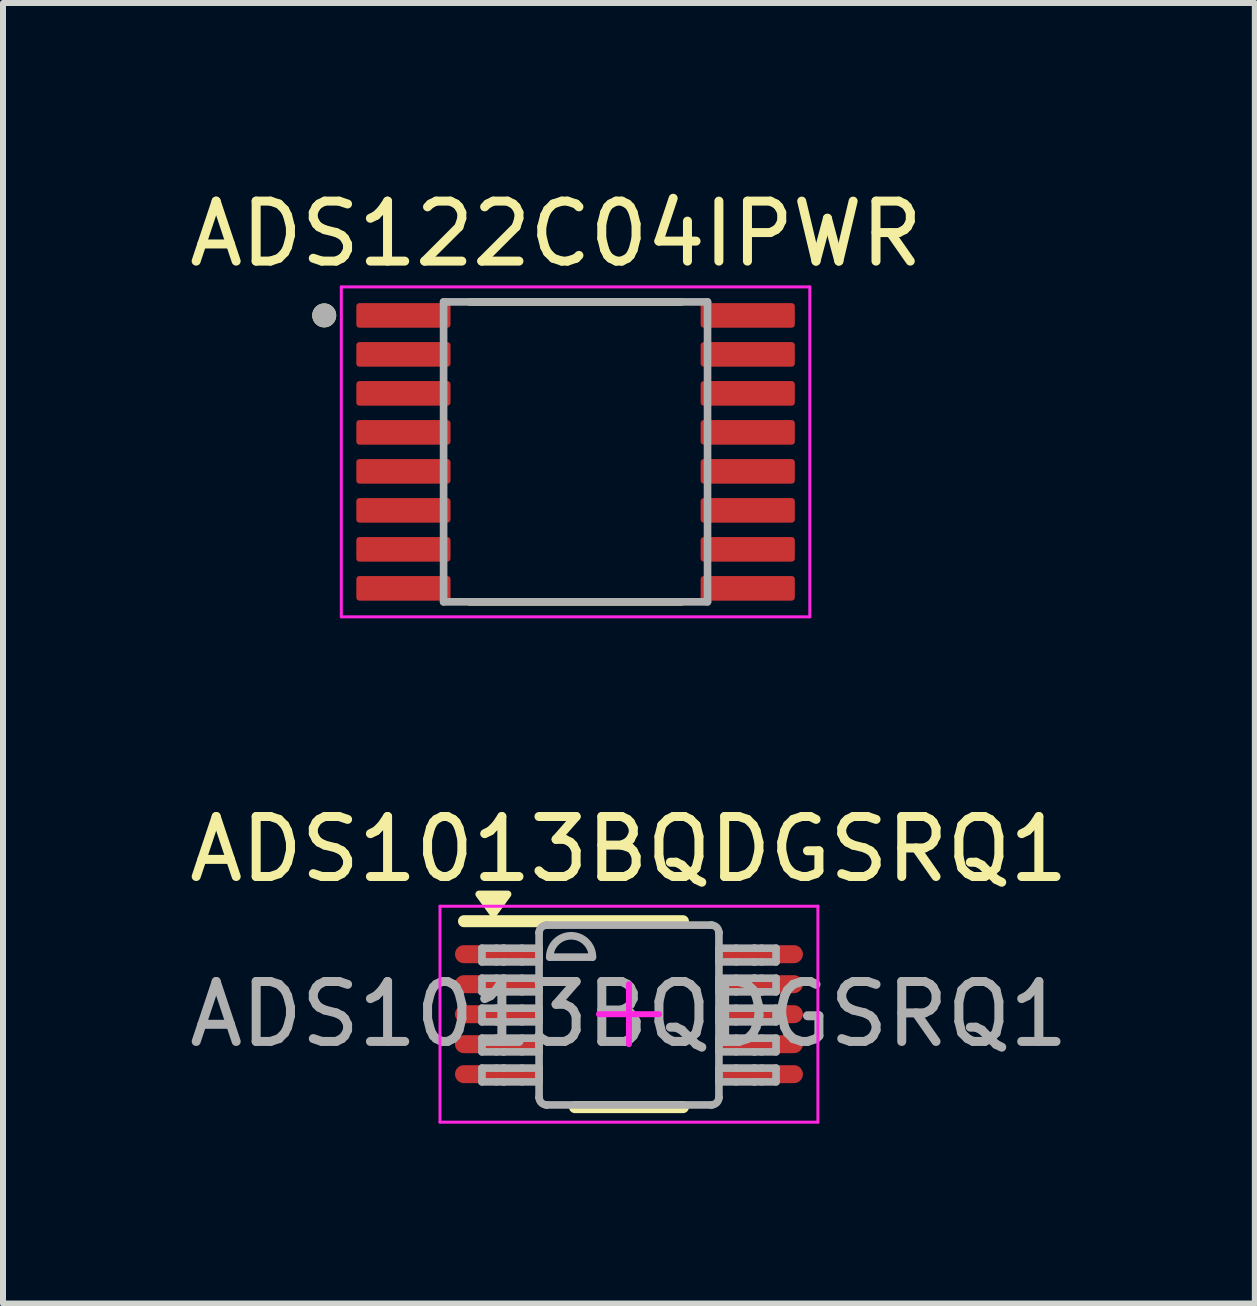
<source format=kicad_pcb>
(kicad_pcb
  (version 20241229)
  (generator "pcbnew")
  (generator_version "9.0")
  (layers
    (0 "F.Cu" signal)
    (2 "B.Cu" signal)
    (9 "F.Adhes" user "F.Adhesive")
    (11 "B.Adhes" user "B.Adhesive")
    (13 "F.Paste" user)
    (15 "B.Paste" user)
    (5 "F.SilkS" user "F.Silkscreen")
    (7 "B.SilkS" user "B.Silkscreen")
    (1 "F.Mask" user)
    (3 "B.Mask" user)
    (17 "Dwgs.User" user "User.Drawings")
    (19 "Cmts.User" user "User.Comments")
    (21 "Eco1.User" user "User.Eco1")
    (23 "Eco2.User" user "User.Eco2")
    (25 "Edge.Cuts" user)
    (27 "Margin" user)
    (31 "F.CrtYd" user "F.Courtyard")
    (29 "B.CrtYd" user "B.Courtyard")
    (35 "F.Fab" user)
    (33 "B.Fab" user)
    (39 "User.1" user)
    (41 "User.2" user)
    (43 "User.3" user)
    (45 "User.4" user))
  (footprint "ADS122C04IPWR"
    (layer "F.Cu")
    (at 6.545 4.483)
    (property "Reference" "ADS122C04IPWR" (at -0.325 -3.635 0) (layer "F.SilkS") (effects (font (size 1 1) (thickness 0.15))))
    (attr smd)
    (fp_line (start -1.765 -2.5) (end 1.765 -2.5) (stroke (width 0.127) (type solid)) (layer "F.SilkS"))
    (fp_line (start 1.765 2.5) (end -1.765 2.5) (stroke (width 0.127) (type solid)) (layer "F.SilkS"))
    (fp_circle (center -4.19 -2.275) (end -4.09 -2.275) (stroke (width 0.2) (type solid)) (fill no) (layer "F.SilkS"))
    (fp_line (start -3.905 -2.75) (end -3.905 2.75) (stroke (width 0.05) (type solid)) (layer "F.CrtYd"))
    (fp_line (start -3.905 -2.75) (end 3.905 -2.75) (stroke (width 0.05) (type solid)) (layer "F.CrtYd"))
    (fp_line (start -3.905 2.75) (end 3.905 2.75) (stroke (width 0.05) (type solid)) (layer "F.CrtYd"))
    (fp_line (start 3.905 -2.75) (end 3.905 2.75) (stroke (width 0.05) (type solid)) (layer "F.CrtYd"))
    (fp_line (start -2.2 -2.5) (end -2.2 2.5) (stroke (width 0.127) (type solid)) (layer "F.Fab"))
    (fp_line (start -2.2 -2.5) (end 2.2 -2.5) (stroke (width 0.127) (type solid)) (layer "F.Fab"))
    (fp_line (start -2.2 2.5) (end 2.2 2.5) (stroke (width 0.127) (type solid)) (layer "F.Fab"))
    (fp_line (start 2.2 -2.5) (end 2.2 2.5) (stroke (width 0.127) (type solid)) (layer "F.Fab"))
    (fp_circle (center -4.19 -2.275) (end -4.09 -2.275) (stroke (width 0.2) (type solid)) (fill no) (layer "F.Fab"))
    (pad "1" smd roundrect (at -2.87 -2.275) (size 1.57 0.41) (layers "F.Cu" "F.Mask" "F.Paste") (roundrect_rratio 0.125))
    (pad "2" smd roundrect (at -2.87 -1.625) (size 1.57 0.41) (layers "F.Cu" "F.Mask" "F.Paste") (roundrect_rratio 0.125))
    (pad "3" smd roundrect (at -2.87 -0.975) (size 1.57 0.41) (layers "F.Cu" "F.Mask" "F.Paste") (roundrect_rratio 0.125))
    (pad "4" smd roundrect (at -2.87 -0.325) (size 1.57 0.41) (layers "F.Cu" "F.Mask" "F.Paste") (roundrect_rratio 0.125))
    (pad "5" smd roundrect (at -2.87 0.325) (size 1.57 0.41) (layers "F.Cu" "F.Mask" "F.Paste") (roundrect_rratio 0.125))
    (pad "6" smd roundrect (at -2.87 0.975) (size 1.57 0.41) (layers "F.Cu" "F.Mask" "F.Paste") (roundrect_rratio 0.125))
    (pad "7" smd roundrect (at -2.87 1.625) (size 1.57 0.41) (layers "F.Cu" "F.Mask" "F.Paste") (roundrect_rratio 0.125))
    (pad "8" smd roundrect (at -2.87 2.275) (size 1.57 0.41) (layers "F.Cu" "F.Mask" "F.Paste") (roundrect_rratio 0.125))
    (pad "9" smd roundrect (at 2.87 2.275) (size 1.57 0.41) (layers "F.Cu" "F.Mask" "F.Paste") (roundrect_rratio 0.125))
    (pad "10" smd roundrect (at 2.87 1.625) (size 1.57 0.41) (layers "F.Cu" "F.Mask" "F.Paste") (roundrect_rratio 0.125))
    (pad "11" smd roundrect (at 2.87 0.975) (size 1.57 0.41) (layers "F.Cu" "F.Mask" "F.Paste") (roundrect_rratio 0.125))
    (pad "12" smd roundrect (at 2.87 0.325) (size 1.57 0.41) (layers "F.Cu" "F.Mask" "F.Paste") (roundrect_rratio 0.125))
    (pad "13" smd roundrect (at 2.87 -0.325) (size 1.57 0.41) (layers "F.Cu" "F.Mask" "F.Paste") (roundrect_rratio 0.125))
    (pad "14" smd roundrect (at 2.87 -0.975) (size 1.57 0.41) (layers "F.Cu" "F.Mask" "F.Paste") (roundrect_rratio 0.125))
    (pad "15" smd roundrect (at 2.87 -1.625) (size 1.57 0.41) (layers "F.Cu" "F.Mask" "F.Paste") (roundrect_rratio 0.125))
    (pad "16" smd roundrect (at 2.87 -2.275) (size 1.57 0.41) (layers "F.Cu" "F.Mask" "F.Paste") (roundrect_rratio 0.125)))
  (footprint "ADS1013BQDGSRQ1"
    (layer "F.Cu")
    (at 7.435 13.857)
    (property "Reference" "ADS1013BQDGSRQ1" (at 0 -2.75 0) (unlocked yes) (layer "F.SilkS") (effects (font (size 1 1) (thickness 0.15))))
    (attr smd)
    (fp_line (start -2.75 -1.55) (end 0.9 -1.55) (stroke (width 0.2) (type solid)) (layer "F.SilkS"))
    (fp_line (start -0.9 1.55) (end 0.9 1.55) (stroke (width 0.2) (type solid)) (layer "F.SilkS"))
    (fp_poly (pts (xy -2.26 -1.67) (xy -2.5 -2) (xy -2.02 -2) (xy -2.26 -1.67)) (stroke (width 0.12) (type solid)) (fill yes) (layer "F.SilkS"))
    (fp_line (start -3.15 -1.8) (end 3.15 -1.8) (stroke (width 0.05) (type solid)) (layer "F.CrtYd"))
    (fp_line (start -3.15 1.8) (end -3.15 -1.8) (stroke (width 0.05) (type solid)) (layer "F.CrtYd"))
    (fp_line (start -3.15 1.8) (end 3.15 1.8) (stroke (width 0.05) (type solid)) (layer "F.CrtYd"))
    (fp_line (start -0.5 0) (end 0.5 0) (stroke (width 0.1) (type solid)) (layer "F.CrtYd"))
    (fp_line (start -0.000003 0.5) (end -0.000003 -0.5) (stroke (width 0.1) (type solid)) (layer "F.CrtYd"))
    (fp_line (start 3.15 1.8) (end 3.15 -1.8) (stroke (width 0.05) (type solid)) (layer "F.CrtYd"))
    (fp_line (start -2.45 -1.1) (end -2.21 -1.1) (stroke (width 0.127) (type solid)) (layer "F.Fab"))
    (fp_line (start -2.45 -0.871) (end -2.45 -1.1) (stroke (width 0.127) (type solid)) (layer "F.Fab"))
    (fp_line (start -2.45 -0.871) (end -2.21 -0.871) (stroke (width 0.127) (type solid)) (layer "F.Fab"))
    (fp_line (start -2.45 -0.6) (end -2.21 -0.6) (stroke (width 0.127) (type solid)) (layer "F.Fab"))
    (fp_line (start -2.45 -0.372) (end -2.45 -0.6) (stroke (width 0.127) (type solid)) (layer "F.Fab"))
    (fp_line (start -2.45 -0.372) (end -2.21 -0.372) (stroke (width 0.127) (type solid)) (layer "F.Fab"))
    (fp_line (start -2.45 -0.1) (end -2.21 -0.1) (stroke (width 0.127) (type solid)) (layer "F.Fab"))
    (fp_line (start -2.45 0.128) (end -2.45 -0.1) (stroke (width 0.127) (type solid)) (layer "F.Fab"))
    (fp_line (start -2.45 0.128) (end -2.21 0.128) (stroke (width 0.127) (type solid)) (layer "F.Fab"))
    (fp_line (start -2.45 0.4) (end -2.21 0.4) (stroke (width 0.127) (type solid)) (layer "F.Fab"))
    (fp_line (start -2.45 0.628) (end -2.45 0.4) (stroke (width 0.127) (type solid)) (layer "F.Fab"))
    (fp_line (start -2.45 0.628) (end -2.21 0.628) (stroke (width 0.127) (type solid)) (layer "F.Fab"))
    (fp_line (start -2.45 0.899) (end -2.21 0.899) (stroke (width 0.127) (type solid)) (layer "F.Fab"))
    (fp_line (start -2.45 1.128) (end -2.45 0.899) (stroke (width 0.127) (type solid)) (layer "F.Fab"))
    (fp_line (start -2.45 1.128) (end -2.21 1.128) (stroke (width 0.127) (type solid)) (layer "F.Fab"))
    (fp_line (start -2.21 -1.1) (end -2.09 -1.1) (stroke (width 0.127) (type solid)) (layer "F.Fab"))
    (fp_line (start -2.21 -0.871) (end -2.09 -0.871) (stroke (width 0.127) (type solid)) (layer "F.Fab"))
    (fp_line (start -2.21 -0.6) (end -2.09 -0.6) (stroke (width 0.127) (type solid)) (layer "F.Fab"))
    (fp_line (start -2.21 -0.372) (end -2.09 -0.372) (stroke (width 0.127) (type solid)) (layer "F.Fab"))
    (fp_line (start -2.21 -0.1) (end -2.09 -0.1) (stroke (width 0.127) (type solid)) (layer "F.Fab"))
    (fp_line (start -2.21 0.128) (end -2.09 0.128) (stroke (width 0.127) (type solid)) (layer "F.Fab"))
    (fp_line (start -2.21 0.4) (end -2.09 0.4) (stroke (width 0.127) (type solid)) (layer "F.Fab"))
    (fp_line (start -2.21 0.628) (end -2.09 0.628) (stroke (width 0.127) (type solid)) (layer "F.Fab"))
    (fp_line (start -2.21 0.899) (end -2.09 0.899) (stroke (width 0.127) (type solid)) (layer "F.Fab"))
    (fp_line (start -2.21 1.128) (end -2.09 1.128) (stroke (width 0.127) (type solid)) (layer "F.Fab"))
    (fp_line (start -2.09 -1.1) (end -2.087 -1.1) (stroke (width 0.127) (type solid)) (layer "F.Fab"))
    (fp_line (start -2.09 -0.871) (end -2.087 -0.871) (stroke (width 0.127) (type solid)) (layer "F.Fab"))
    (fp_line (start -2.09 -0.6) (end -2.087 -0.6) (stroke (width 0.127) (type solid)) (layer "F.Fab"))
    (fp_line (start -2.09 -0.372) (end -2.087 -0.372) (stroke (width 0.127) (type solid)) (layer "F.Fab"))
    (fp_line (start -2.09 -0.1) (end -2.087 -0.1) (stroke (width 0.127) (type solid)) (layer "F.Fab"))
    (fp_line (start -2.09 0.128) (end -2.087 0.128) (stroke (width 0.127) (type solid)) (layer "F.Fab"))
    (fp_line (start -2.09 0.4) (end -2.087 0.4) (stroke (width 0.127) (type solid)) (layer "F.Fab"))
    (fp_line (start -2.09 0.628) (end -2.087 0.628) (stroke (width 0.127) (type solid)) (layer "F.Fab"))
    (fp_line (start -2.09 0.899) (end -2.087 0.899) (stroke (width 0.127) (type solid)) (layer "F.Fab"))
    (fp_line (start -2.09 1.128) (end -2.087 1.128) (stroke (width 0.127) (type solid)) (layer "F.Fab"))
    (fp_line (start -2.087 -1.1) (end -1.784 -1.1) (stroke (width 0.127) (type solid)) (layer "F.Fab"))
    (fp_line (start -2.087 -0.871) (end -1.784 -0.871) (stroke (width 0.127) (type solid)) (layer "F.Fab"))
    (fp_line (start -2.087 -0.6) (end -1.784 -0.6) (stroke (width 0.127) (type solid)) (layer "F.Fab"))
    (fp_line (start -2.087 -0.372) (end -1.784 -0.372) (stroke (width 0.127) (type solid)) (layer "F.Fab"))
    (fp_line (start -2.087 -0.1) (end -1.784 -0.1) (stroke (width 0.127) (type solid)) (layer "F.Fab"))
    (fp_line (start -2.087 0.128) (end -1.784 0.128) (stroke (width 0.127) (type solid)) (layer "F.Fab"))
    (fp_line (start -2.087 0.4) (end -1.784 0.4) (stroke (width 0.127) (type solid)) (layer "F.Fab"))
    (fp_line (start -2.087 0.628) (end -1.784 0.628) (stroke (width 0.127) (type solid)) (layer "F.Fab"))
    (fp_line (start -2.087 0.899) (end -1.784 0.899) (stroke (width 0.127) (type solid)) (layer "F.Fab"))
    (fp_line (start -2.087 1.128) (end -1.784 1.128) (stroke (width 0.127) (type solid)) (layer "F.Fab"))
    (fp_line (start -1.784 -1.1) (end -1.498 -1.1) (stroke (width 0.127) (type solid)) (layer "F.Fab"))
    (fp_line (start -1.784 -0.871) (end -1.498 -0.871) (stroke (width 0.127) (type solid)) (layer "F.Fab"))
    (fp_line (start -1.784 -0.6) (end -1.498 -0.6) (stroke (width 0.127) (type solid)) (layer "F.Fab"))
    (fp_line (start -1.784 -0.372) (end -1.498 -0.372) (stroke (width 0.127) (type solid)) (layer "F.Fab"))
    (fp_line (start -1.784 -0.1) (end -1.498 -0.1) (stroke (width 0.127) (type solid)) (layer "F.Fab"))
    (fp_line (start -1.784 0.128) (end -1.498 0.128) (stroke (width 0.127) (type solid)) (layer "F.Fab"))
    (fp_line (start -1.784 0.4) (end -1.498 0.4) (stroke (width 0.127) (type solid)) (layer "F.Fab"))
    (fp_line (start -1.784 0.628) (end -1.498 0.628) (stroke (width 0.127) (type solid)) (layer "F.Fab"))
    (fp_line (start -1.784 0.899) (end -1.498 0.899) (stroke (width 0.127) (type solid)) (layer "F.Fab"))
    (fp_line (start -1.784 1.128) (end -1.498 1.128) (stroke (width 0.127) (type solid)) (layer "F.Fab"))
    (fp_line (start -1.498 -1.358) (end -1.497 -1.36) (stroke (width 0.127) (type solid)) (layer "F.Fab"))
    (fp_line (start -1.498 -0.871) (end -1.498 -1.1) (stroke (width 0.127) (type solid)) (layer "F.Fab"))
    (fp_line (start -1.498 -0.372) (end -1.498 -0.6) (stroke (width 0.127) (type solid)) (layer "F.Fab"))
    (fp_line (start -1.498 0.128) (end -1.498 -0.1) (stroke (width 0.127) (type solid)) (layer "F.Fab"))
    (fp_line (start -1.498 0.628) (end -1.498 0.4) (stroke (width 0.127) (type solid)) (layer "F.Fab"))
    (fp_line (start -1.498 1.128) (end -1.498 0.899) (stroke (width 0.127) (type solid)) (layer "F.Fab"))
    (fp_line (start -1.498 1.386) (end -1.498 -1.358) (stroke (width 0.127) (type solid)) (layer "F.Fab"))
    (fp_line (start -1.498 1.386) (end -1.497 1.388) (stroke (width 0.127) (type solid)) (layer "F.Fab"))
    (fp_line (start -1.373 -1.485) (end -1.371 -1.485) (stroke (width 0.127) (type solid)) (layer "F.Fab"))
    (fp_line (start -1.373 1.513) (end -1.371 1.513) (stroke (width 0.127) (type solid)) (layer "F.Fab"))
    (fp_line (start -1.371 -1.485) (end 1.373 -1.485) (stroke (width 0.127) (type solid)) (layer "F.Fab"))
    (fp_line (start -1.371 1.513) (end 1.373 1.513) (stroke (width 0.127) (type solid)) (layer "F.Fab"))
    (fp_line (start -1.32 -0.951) (end -0.609 -0.951) (stroke (width 0.127) (type solid)) (layer "F.Fab"))
    (fp_line (start 1.373 -1.485) (end 1.375 -1.485) (stroke (width 0.127) (type solid)) (layer "F.Fab"))
    (fp_line (start 1.373 1.513) (end 1.375 1.513) (stroke (width 0.127) (type solid)) (layer "F.Fab"))
    (fp_line (start 1.5 -1.36) (end 1.5 -1.358) (stroke (width 0.127) (type solid)) (layer "F.Fab"))
    (fp_line (start 1.5 1.388) (end 1.5 1.386) (stroke (width 0.127) (type solid)) (layer "F.Fab"))
    (fp_line (start 1.5 -1.1) (end 1.786 -1.1) (stroke (width 0.127) (type solid)) (layer "F.Fab"))
    (fp_line (start 1.5 -0.871) (end 1.5 -1.1) (stroke (width 0.127) (type solid)) (layer "F.Fab"))
    (fp_line (start 1.5 -0.871) (end 1.786 -0.871) (stroke (width 0.127) (type solid)) (layer "F.Fab"))
    (fp_line (start 1.5 -0.6) (end 1.786 -0.6) (stroke (width 0.127) (type solid)) (layer "F.Fab"))
    (fp_line (start 1.5 -0.372) (end 1.5 -0.6) (stroke (width 0.127) (type solid)) (layer "F.Fab"))
    (fp_line (start 1.5 -0.372) (end 1.786 -0.372) (stroke (width 0.127) (type solid)) (layer "F.Fab"))
    (fp_line (start 1.5 -0.1) (end 1.786 -0.1) (stroke (width 0.127) (type solid)) (layer "F.Fab"))
    (fp_line (start 1.5 0.128) (end 1.5 -0.1) (stroke (width 0.127) (type solid)) (layer "F.Fab"))
    (fp_line (start 1.5 0.128) (end 1.786 0.128) (stroke (width 0.127) (type solid)) (layer "F.Fab"))
    (fp_line (start 1.5 0.4) (end 1.786 0.4) (stroke (width 0.127) (type solid)) (layer "F.Fab"))
    (fp_line (start 1.5 0.628) (end 1.5 0.4) (stroke (width 0.127) (type solid)) (layer "F.Fab"))
    (fp_line (start 1.5 0.628) (end 1.786 0.628) (stroke (width 0.127) (type solid)) (layer "F.Fab"))
    (fp_line (start 1.5 0.899) (end 1.786 0.899) (stroke (width 0.127) (type solid)) (layer "F.Fab"))
    (fp_line (start 1.5 1.128) (end 1.5 0.899) (stroke (width 0.127) (type solid)) (layer "F.Fab"))
    (fp_line (start 1.5 1.128) (end 1.786 1.128) (stroke (width 0.127) (type solid)) (layer "F.Fab"))
    (fp_line (start 1.5 1.386) (end 1.5 -1.358) (stroke (width 0.127) (type solid)) (layer "F.Fab"))
    (fp_line (start 1.786 -1.1) (end 2.089 -1.1) (stroke (width 0.127) (type solid)) (layer "F.Fab"))
    (fp_line (start 1.786 -0.871) (end 2.089 -0.871) (stroke (width 0.127) (type solid)) (layer "F.Fab"))
    (fp_line (start 1.786 -0.6) (end 2.089 -0.6) (stroke (width 0.127) (type solid)) (layer "F.Fab"))
    (fp_line (start 1.786 -0.372) (end 2.089 -0.372) (stroke (width 0.127) (type solid)) (layer "F.Fab"))
    (fp_line (start 1.786 -0.1) (end 2.089 -0.1) (stroke (width 0.127) (type solid)) (layer "F.Fab"))
    (fp_line (start 1.786 0.128) (end 2.089 0.128) (stroke (width 0.127) (type solid)) (layer "F.Fab"))
    (fp_line (start 1.786 0.4) (end 2.089 0.4) (stroke (width 0.127) (type solid)) (layer "F.Fab"))
    (fp_line (start 1.786 0.628) (end 2.089 0.628) (stroke (width 0.127) (type solid)) (layer "F.Fab"))
    (fp_line (start 1.786 0.899) (end 2.089 0.899) (stroke (width 0.127) (type solid)) (layer "F.Fab"))
    (fp_line (start 1.786 1.128) (end 2.089 1.128) (stroke (width 0.127) (type solid)) (layer "F.Fab"))
    (fp_line (start 2.089 -1.1) (end 2.093 -1.1) (stroke (width 0.127) (type solid)) (layer "F.Fab"))
    (fp_line (start 2.089 -0.871) (end 2.093 -0.871) (stroke (width 0.127) (type solid)) (layer "F.Fab"))
    (fp_line (start 2.089 -0.6) (end 2.093 -0.6) (stroke (width 0.127) (type solid)) (layer "F.Fab"))
    (fp_line (start 2.089 -0.372) (end 2.093 -0.372) (stroke (width 0.127) (type solid)) (layer "F.Fab"))
    (fp_line (start 2.089 -0.1) (end 2.093 -0.1) (stroke (width 0.127) (type solid)) (layer "F.Fab"))
    (fp_line (start 2.089 0.128) (end 2.093 0.128) (stroke (width 0.127) (type solid)) (layer "F.Fab"))
    (fp_line (start 2.089 0.4) (end 2.093 0.4) (stroke (width 0.127) (type solid)) (layer "F.Fab"))
    (fp_line (start 2.089 0.628) (end 2.093 0.628) (stroke (width 0.127) (type solid)) (layer "F.Fab"))
    (fp_line (start 2.089 0.899) (end 2.093 0.899) (stroke (width 0.127) (type solid)) (layer "F.Fab"))
    (fp_line (start 2.089 1.128) (end 2.093 1.128) (stroke (width 0.127) (type solid)) (layer "F.Fab"))
    (fp_line (start 2.093 -1.1) (end 2.213 -1.1) (stroke (width 0.127) (type solid)) (layer "F.Fab"))
    (fp_line (start 2.093 -0.871) (end 2.213 -0.871) (stroke (width 0.127) (type solid)) (layer "F.Fab"))
    (fp_line (start 2.093 -0.6) (end 2.213 -0.6) (stroke (width 0.127) (type solid)) (layer "F.Fab"))
    (fp_line (start 2.093 -0.372) (end 2.213 -0.372) (stroke (width 0.127) (type solid)) (layer "F.Fab"))
    (fp_line (start 2.093 -0.1) (end 2.213 -0.1) (stroke (width 0.127) (type solid)) (layer "F.Fab"))
    (fp_line (start 2.093 0.128) (end 2.213 0.128) (stroke (width 0.127) (type solid)) (layer "F.Fab"))
    (fp_line (start 2.093 0.4) (end 2.213 0.4) (stroke (width 0.127) (type solid)) (layer "F.Fab"))
    (fp_line (start 2.093 0.628) (end 2.213 0.628) (stroke (width 0.127) (type solid)) (layer "F.Fab"))
    (fp_line (start 2.093 0.899) (end 2.213 0.899) (stroke (width 0.127) (type solid)) (layer "F.Fab"))
    (fp_line (start 2.093 1.128) (end 2.213 1.128) (stroke (width 0.127) (type solid)) (layer "F.Fab"))
    (fp_line (start 2.213 -1.1) (end 2.452 -1.1) (stroke (width 0.127) (type solid)) (layer "F.Fab"))
    (fp_line (start 2.213 -0.871) (end 2.452 -0.871) (stroke (width 0.127) (type solid)) (layer "F.Fab"))
    (fp_line (start 2.213 -0.6) (end 2.452 -0.6) (stroke (width 0.127) (type solid)) (layer "F.Fab"))
    (fp_line (start 2.213 -0.372) (end 2.452 -0.372) (stroke (width 0.127) (type solid)) (layer "F.Fab"))
    (fp_line (start 2.213 -0.1) (end 2.452 -0.1) (stroke (width 0.127) (type solid)) (layer "F.Fab"))
    (fp_line (start 2.213 0.128) (end 2.452 0.128) (stroke (width 0.127) (type solid)) (layer "F.Fab"))
    (fp_line (start 2.213 0.4) (end 2.452 0.4) (stroke (width 0.127) (type solid)) (layer "F.Fab"))
    (fp_line (start 2.213 0.628) (end 2.452 0.628) (stroke (width 0.127) (type solid)) (layer "F.Fab"))
    (fp_line (start 2.213 0.899) (end 2.452 0.899) (stroke (width 0.127) (type solid)) (layer "F.Fab"))
    (fp_line (start 2.213 1.128) (end 2.452 1.128) (stroke (width 0.127) (type solid)) (layer "F.Fab"))
    (fp_line (start 2.452 -0.871) (end 2.452 -1.1) (stroke (width 0.127) (type solid)) (layer "F.Fab"))
    (fp_line (start 2.452 -0.372) (end 2.452 -0.6) (stroke (width 0.127) (type solid)) (layer "F.Fab"))
    (fp_line (start 2.452 0.128) (end 2.452 -0.1) (stroke (width 0.127) (type solid)) (layer "F.Fab"))
    (fp_line (start 2.452 0.628) (end 2.452 0.4) (stroke (width 0.127) (type solid)) (layer "F.Fab"))
    (fp_line (start 2.452 1.128) (end 2.452 0.899) (stroke (width 0.127) (type solid)) (layer "F.Fab"))
    (fp_arc (start -1.49745 -1.360299) (mid -1.460293 -1.447356) (end -1.373243 -1.484531) (stroke (width 0.127) (type solid)) (layer "F.Fab"))
    (fp_arc (start -1.373243 1.512619) (mid -1.460293 1.475444) (end -1.49745 1.388386) (stroke (width 0.127) (type solid)) (layer "F.Fab"))
    (fp_arc (start -1.3197 -0.951156) (mid -0.9641 -1.306756) (end -0.6085 -0.951156) (stroke (width 0.127) (type solid)) (layer "F.Fab"))
    (fp_arc (start 1.375443 -1.484532) (mid 1.462505 -1.447362) (end 1.499675 -1.360299) (stroke (width 0.127) (type solid)) (layer "F.Fab"))
    (fp_arc (start 1.499675 1.388387) (mid 1.462505 1.475449) (end 1.375443 1.512619) (stroke (width 0.127) (type solid)) (layer "F.Fab"))
    (fp_text user "${REFERENCE}" (at 0 0 0) (unlocked yes) (layer "F.Fab") (effects (font (size 1 1) (thickness 0.15))))
    (pad "1" smd oval (at -2.225 -1 90) (size 0.3 1.35) (layers "F.Cu" "F.Mask" "F.Paste"))
    (pad "2" smd oval (at -2.225 -0.5 90) (size 0.3 1.35) (layers "F.Cu" "F.Mask" "F.Paste"))
    (pad "3" smd oval (at -2.225 0 90) (size 0.3 1.35) (layers "F.Cu" "F.Mask" "F.Paste"))
    (pad "4" smd oval (at -2.225 0.5 90) (size 0.3 1.35) (layers "F.Cu" "F.Mask" "F.Paste"))
    (pad "5" smd oval (at -2.225 1 90) (size 0.3 1.35) (layers "F.Cu" "F.Mask" "F.Paste"))
    (pad "6" smd oval (at 2.225 1 90) (size 0.3 1.35) (layers "F.Cu" "F.Mask" "F.Paste"))
    (pad "7" smd oval (at 2.225 0.5 90) (size 0.3 1.35) (layers "F.Cu" "F.Mask" "F.Paste"))
    (pad "8" smd oval (at 2.225 0 90) (size 0.3 1.35) (layers "F.Cu" "F.Mask" "F.Paste"))
    (pad "9" smd oval (at 2.225 -0.5 90) (size 0.3 1.35) (layers "F.Cu" "F.Mask" "F.Paste"))
    (pad "10" smd oval (at 2.225 -1 90) (size 0.3 1.35) (layers "F.Cu" "F.Mask" "F.Paste")))
  (gr_rect
    (start -3 -3)
    (end 17.869 18.681)
    (stroke (width 0.1) (type default))
    (fill no)
    (layer "Edge.Cuts")))
</source>
